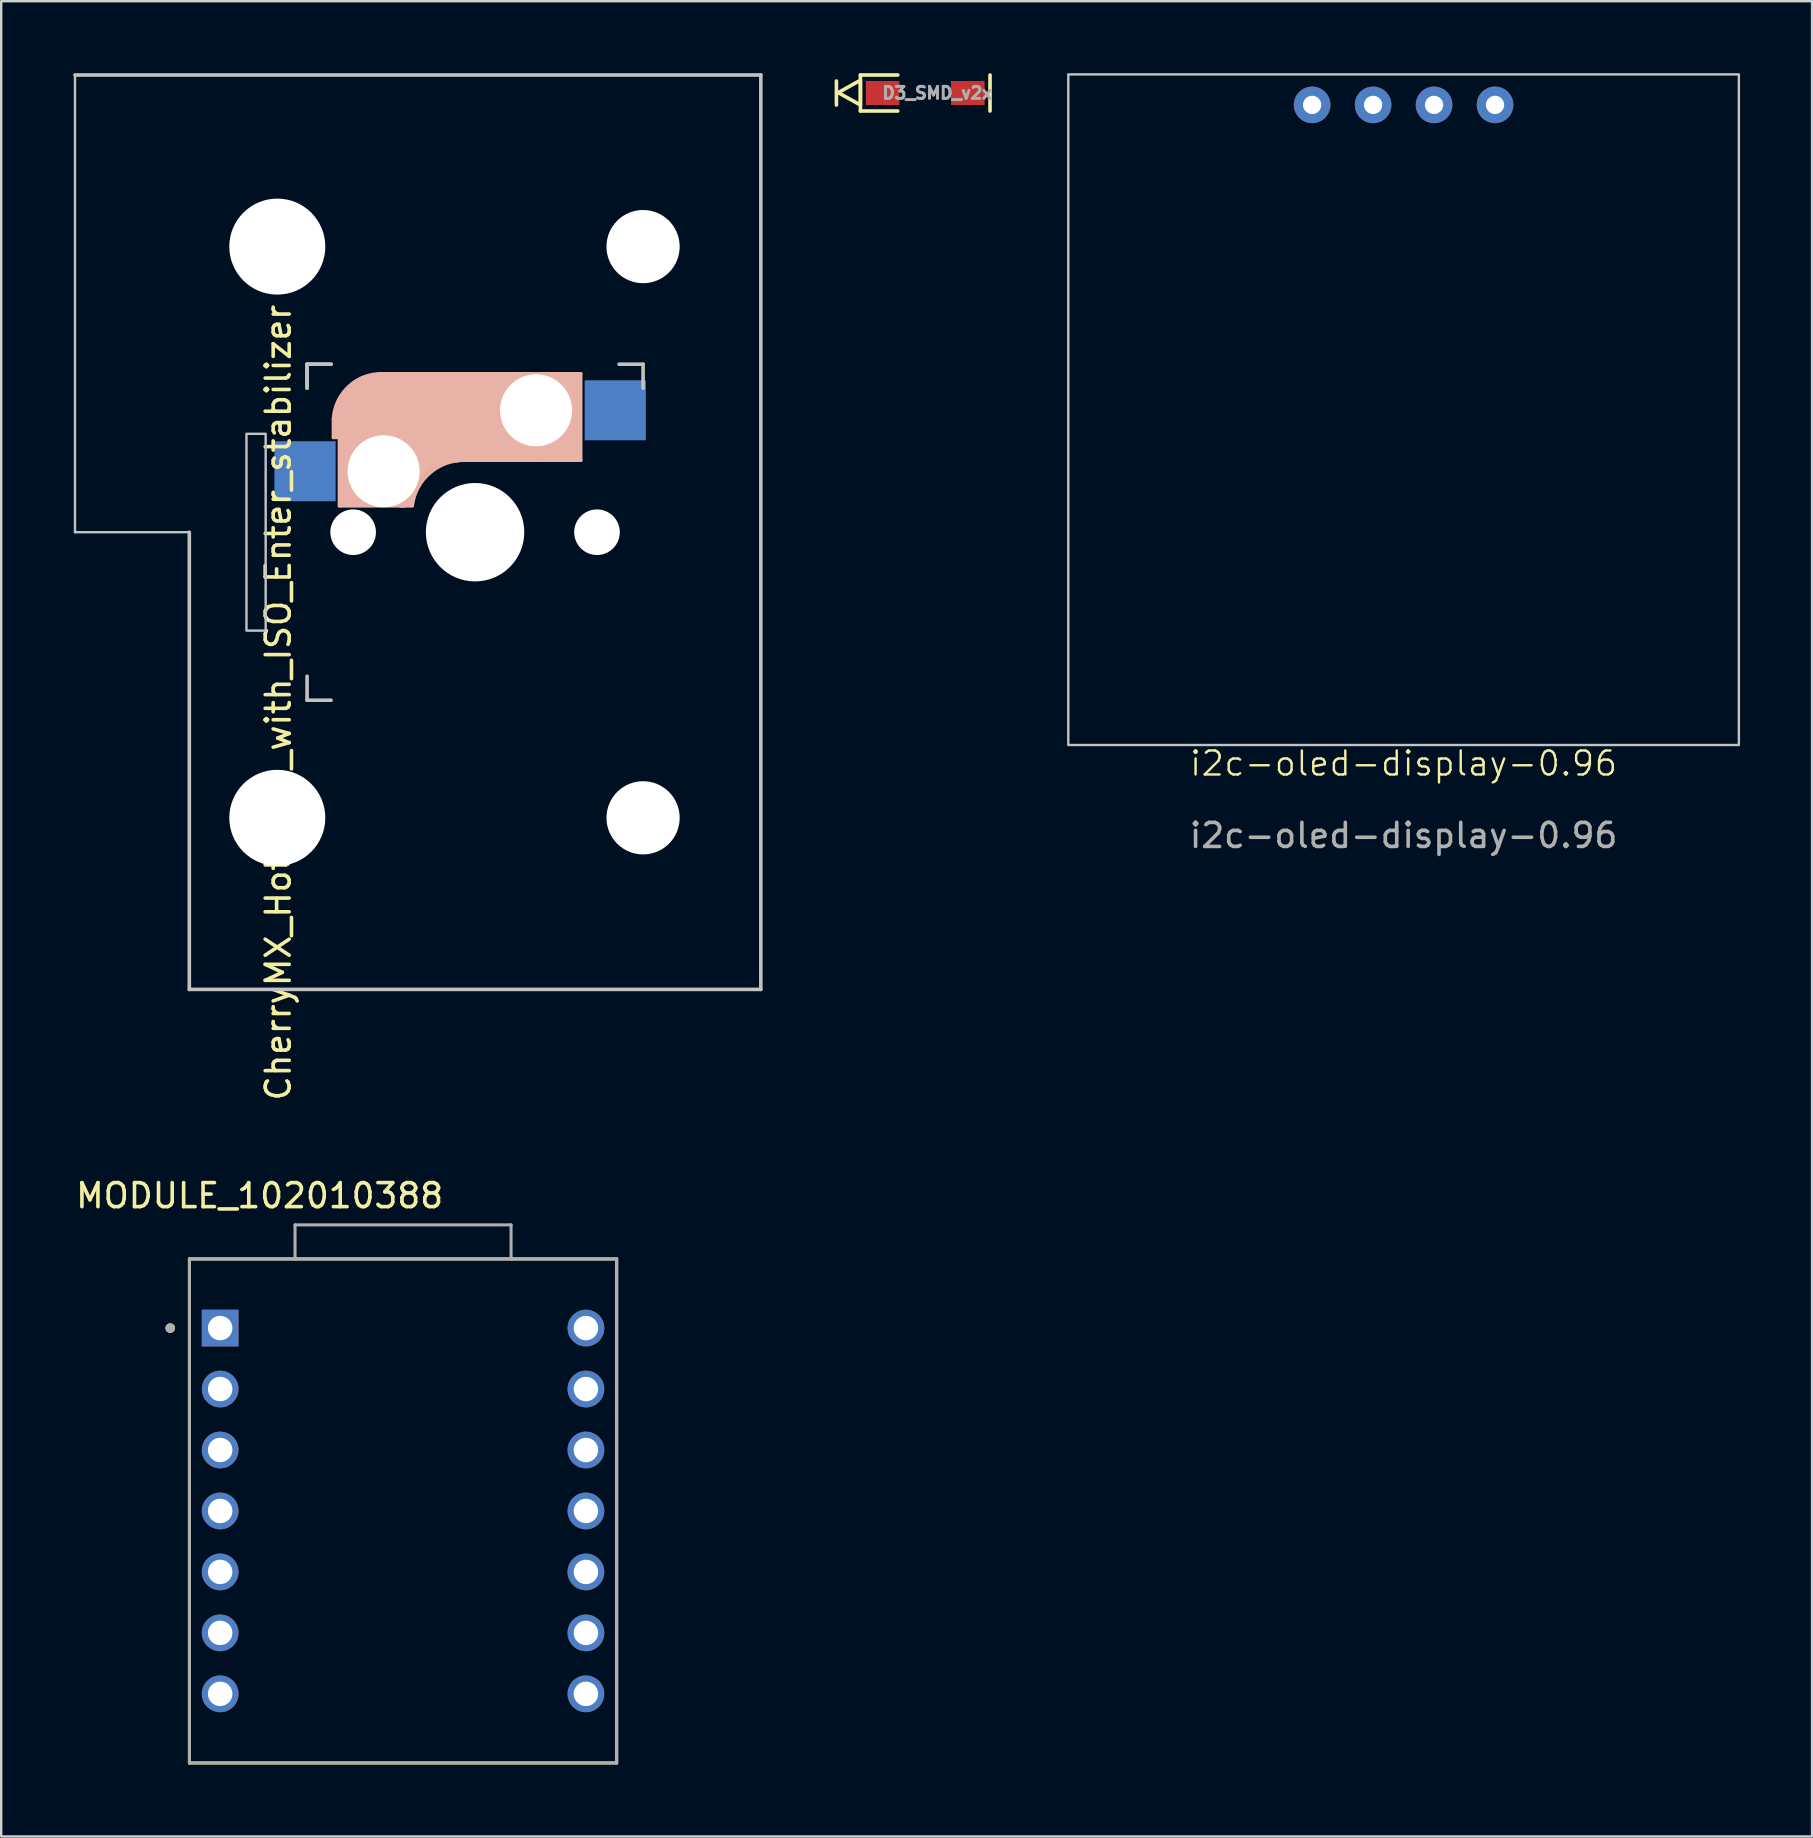
<source format=kicad_pcb>
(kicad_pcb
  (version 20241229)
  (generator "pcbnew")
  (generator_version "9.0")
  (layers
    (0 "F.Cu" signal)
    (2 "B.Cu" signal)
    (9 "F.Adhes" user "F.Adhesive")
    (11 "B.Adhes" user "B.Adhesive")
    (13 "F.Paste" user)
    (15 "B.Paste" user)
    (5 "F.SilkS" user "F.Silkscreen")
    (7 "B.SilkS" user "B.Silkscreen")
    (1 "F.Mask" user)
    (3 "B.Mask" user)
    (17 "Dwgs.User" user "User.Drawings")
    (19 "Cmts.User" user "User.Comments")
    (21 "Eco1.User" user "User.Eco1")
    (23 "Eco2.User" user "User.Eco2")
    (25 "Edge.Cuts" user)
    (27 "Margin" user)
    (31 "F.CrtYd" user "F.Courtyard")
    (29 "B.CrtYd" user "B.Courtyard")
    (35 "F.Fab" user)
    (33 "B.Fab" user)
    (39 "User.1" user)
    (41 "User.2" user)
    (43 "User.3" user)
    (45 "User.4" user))
  (footprint "i2c-oled-display-0.96"
    (layer "F.Cu")
    (at 55.431 29.26)
    (property "Reference" "i2c-oled-display-0.96" (at 0 -0.5 0) (unlocked yes) (layer "F.SilkS") (effects (font (size 1 1) (thickness 0.1))))
    (attr through_hole)
    (fp_rect (start -13.97 -29.21) (end 13.97 -1.27) (stroke (width 0.1) (type default)) (fill no) (layer "Dwgs.User"))
    (fp_text user "${REFERENCE}" (at 0 2.5 0) (unlocked yes) (layer "F.Fab") (effects (font (size 1 1) (thickness 0.15))))
    (pad "1" thru_hole circle (at -3.81 -27.94) (size 1.524 1.524) (drill 0.762) (layers "*.Cu" "*.Mask"))
    (pad "2" thru_hole circle (at -1.27 -27.94) (size 1.524 1.524) (drill 0.762) (layers "*.Cu" "*.Mask"))
    (pad "3" thru_hole circle (at 1.27 -27.94) (size 1.524 1.524) (drill 0.762) (layers "*.Cu" "*.Mask"))
    (pad "4" thru_hole circle (at 3.81 -27.94) (size 1.524 1.524) (drill 0.762) (layers "*.Cu" "*.Mask")))
  (footprint "CherryMX_Hotswap_with_ISO_Enter_stabilizer"
    (layer "F.Cu")
    (at 19.125 19.125)
    (property "Reference" "CherryMX_Hotswap_with_ISO_Enter_stabilizer" (at -10.581 7.1 270) (layer "F.SilkS") (effects (font (size 1 1) (thickness 0.15))))
    (attr through_hole)
    (fp_line (start -8.281 -4.7) (end -8.281 -3.95) (stroke (width 0.15) (type solid)) (layer "B.SilkS"))
    (fp_line (start -8.281 -3.95) (end -8.081 -3.95) (stroke (width 0.15) (type solid)) (layer "B.SilkS"))
    (fp_line (start -8.181 -4.05) (end -8.181 -4.7) (stroke (width 0.3) (type solid)) (layer "B.SilkS"))
    (fp_line (start -8.031 -5.55) (end -8.031 -1.1) (stroke (width 0.15) (type solid)) (layer "B.SilkS"))
    (fp_line (start -8.031 -1.1) (end -5.001 -1.1) (stroke (width 0.15) (type solid)) (layer "B.SilkS"))
    (fp_line (start -7.831 -1.3) (end -5.381 -1.3) (stroke (width 0.5) (type solid)) (layer "B.SilkS"))
    (fp_line (start -7.681 -1.6) (end -7.681 -3.4) (stroke (width 0.8) (type solid)) (layer "B.SilkS"))
    (fp_line (start -6.551 -5.1) (end -6.551 -2.86) (stroke (width 3) (type solid)) (layer "B.SilkS"))
    (fp_line (start -2.781 -3) (end 2.019 -3) (stroke (width 0.15) (type solid)) (layer "B.SilkS"))
    (fp_line (start 0.219 -4.8) (end -6.481 -4.8) (stroke (width 3.5) (type solid)) (layer "B.SilkS"))
    (fp_line (start 1.519 -6) (end 1.519 -3.5) (stroke (width 1) (type solid)) (layer "B.SilkS"))
    (fp_line (start 1.819 -3.25) (end 0.519 -3.3) (stroke (width 0.5) (type solid)) (layer "B.SilkS"))
    (fp_line (start 1.869 -6.4) (end 0.619 -6.4) (stroke (width 0.4) (type solid)) (layer "B.SilkS"))
    (fp_line (start 1.999 -4) (end 1.999 -6.25) (stroke (width 0.15) (type solid)) (layer "B.SilkS"))
    (fp_line (start 2.019 -6.6) (end -6.181 -6.6) (stroke (width 0.15) (type solid)) (layer "B.SilkS"))
    (fp_line (start 2.019 -3) (end 2.019 -6.6) (stroke (width 0.15) (type solid)) (layer "B.SilkS"))
    (fp_arc (start -8.28125 -4.699999) (mid -7.624754 -6.084924) (end -6.181251 -6.6) (stroke (width 0.15) (type solid)) (layer "B.SilkS"))
    (fp_arc (start -5.397568 -1.521471) (mid -4.649959 -2.886118) (end -3.18125 -3.4) (stroke (width 1) (type solid)) (layer "B.SilkS"))
    (fp_arc (start -4.997568 -1.121471) (mid -4.249959 -2.486118) (end -2.78125 -3) (stroke (width 0.15) (type solid)) (layer "B.SilkS"))
    (fp_line (start -19.05 -19.05) (end -19.05 0) (stroke (width 0.1) (type default)) (layer "Dwgs.User"))
    (fp_line (start -19.05 -19.05) (end 9.525 -19.05) (stroke (width 0.15) (type solid)) (layer "Dwgs.User"))
    (fp_line (start -19.05 0) (end -14.287 0) (stroke (width 0.1) (type default)) (layer "Dwgs.User"))
    (fp_line (start -14.287 19.05) (end -14.287 0) (stroke (width 0.15) (type solid)) (layer "Dwgs.User"))
    (fp_line (start -9.381 -7) (end -9.381 -6) (stroke (width 0.15) (type solid)) (layer "Dwgs.User"))
    (fp_line (start -9.381 -7) (end -8.381 -7) (stroke (width 0.15) (type solid)) (layer "Dwgs.User"))
    (fp_line (start -9.381 -6) (end -9.381 -7) (stroke (width 0.15) (type solid)) (layer "Dwgs.User"))
    (fp_line (start -9.381 6) (end -9.381 7) (stroke (width 0.15) (type solid)) (layer "Dwgs.User"))
    (fp_line (start -9.381 7) (end -8.381 7) (stroke (width 0.15) (type solid)) (layer "Dwgs.User"))
    (fp_line (start -8.381 -7) (end -9.381 -7) (stroke (width 0.15) (type solid)) (layer "Dwgs.User"))
    (fp_line (start 4.619 -7) (end 3.619 -7) (stroke (width 0.15) (type solid)) (layer "Dwgs.User"))
    (fp_line (start 4.619 -7) (end 4.619 -6) (stroke (width 0.15) (type solid)) (layer "Dwgs.User"))
    (fp_line (start 9.525 -19.05) (end 9.525 19.05) (stroke (width 0.15) (type solid)) (layer "Dwgs.User"))
    (fp_line (start 9.525 19.05) (end -14.287 19.05) (stroke (width 0.15) (type solid)) (layer "Dwgs.User"))
    (fp_rect (start -11.906 4.1) (end -11.106 -4.1) (stroke (width 0.1) (type default)) (fill no) (layer "Dwgs.User"))
    (pad "" np_thru_hole circle (at -10.621 -11.9 270) (size 4 4) (drill 4) (layers "*.Cu" "*.Mask"))
    (pad "" np_thru_hole circle (at -10.621 11.9 270) (size 4 4) (drill 4) (layers "*.Cu" "*.Mask"))
    (pad "" np_thru_hole circle (at -7.461 0) (size 1.9 1.9) (drill 1.9) (layers "*.Cu" "*.Mask"))
    (pad "" np_thru_hole circle (at -6.191 -2.54) (size 3 3) (drill 3) (layers "*.Cu" "*.Mask"))
    (pad "" np_thru_hole circle (at -2.381 0 90) (size 4.1 4.1) (drill 4.1) (layers "*.Cu" "*.Mask"))
    (pad "" np_thru_hole circle (at 0.159 -5.08) (size 3 3) (drill 3) (layers "*.Cu" "*.Mask"))
    (pad "" np_thru_hole circle (at 2.699 0) (size 1.9 1.9) (drill 1.9) (layers "*.Cu" "*.Mask"))
    (pad "" np_thru_hole circle (at 4.619 -11.9 270) (size 3.05 3.05) (drill 3.05) (layers "*.Cu" "*.Mask"))
    (pad "" np_thru_hole circle (at 4.619 11.9 270) (size 3.05 3.05) (drill 3.05) (layers "*.Cu" "*.Mask"))
    (pad "1" smd rect (at -9.466 -2.54 180) (size 2.55 2.5) (layers "B.Cu" "B.Mask" "B.Paste"))
    (pad "2" smd rect (at 3.461 -5.08 180) (size 2.55 2.5) (layers "B.Cu" "B.Mask" "B.Paste")))
  (footprint "MODULE_102010388"
    (layer "F.Cu")
    (at 13.743 59.905)
    (property "Reference" "MODULE_102010388" (at -5.975 -13.135 0) (layer "F.SilkS") (effects (font (size 1 1) (thickness 0.15))))
    (attr through_hole)
    (fp_line (start -8.9 -10.5) (end -8.9 10.5) (stroke (width 0.127) (type solid)) (layer "F.SilkS"))
    (fp_line (start -8.9 10.5) (end 8.9 10.5) (stroke (width 0.127) (type solid)) (layer "F.SilkS"))
    (fp_line (start 8.9 -10.5) (end -8.9 -10.5) (stroke (width 0.127) (type solid)) (layer "F.SilkS"))
    (fp_line (start 8.9 10.5) (end 8.9 -10.5) (stroke (width 0.127) (type solid)) (layer "F.SilkS"))
    (fp_circle (center -9.7 -7.62) (end -9.6 -7.62) (stroke (width 0.2) (type solid)) (fill no) (layer "F.SilkS"))
    (fp_line (start -8.9 -10.5) (end -8.9 10.5) (stroke (width 0.127) (type solid)) (layer "F.Fab"))
    (fp_line (start -8.9 10.5) (end 8.9 10.5) (stroke (width 0.127) (type solid)) (layer "F.Fab"))
    (fp_line (start -4.5 -11.92) (end 4.5 -11.92) (stroke (width 0.127) (type solid)) (layer "F.Fab"))
    (fp_line (start -4.5 -10.5) (end -8.9 -10.5) (stroke (width 0.127) (type solid)) (layer "F.Fab"))
    (fp_line (start -4.5 -10.5) (end -4.5 -11.92) (stroke (width 0.127) (type solid)) (layer "F.Fab"))
    (fp_line (start 4.5 -11.92) (end 4.5 -10.5) (stroke (width 0.127) (type solid)) (layer "F.Fab"))
    (fp_line (start 4.5 -10.5) (end -4.5 -10.5) (stroke (width 0.127) (type solid)) (layer "F.Fab"))
    (fp_line (start 8.9 -10.5) (end 4.5 -10.5) (stroke (width 0.127) (type solid)) (layer "F.Fab"))
    (fp_line (start 8.9 -10.5) (end 8.9 10.5) (stroke (width 0.127) (type solid)) (layer "F.Fab"))
    (fp_circle (center -9.7 -7.62) (end -9.6 -7.62) (stroke (width 0.2) (type solid)) (fill no) (layer "F.Fab"))
    (pad "1" thru_hole rect (at -7.62 -7.62) (size 1.53 1.53) (drill 1.02) (layers "*.Cu" "*.Mask"))
    (pad "2" thru_hole circle (at -7.62 -5.08) (size 1.53 1.53) (drill 1.02) (layers "*.Cu" "*.Mask"))
    (pad "3" thru_hole circle (at -7.62 -2.54) (size 1.53 1.53) (drill 1.02) (layers "*.Cu" "*.Mask"))
    (pad "4" thru_hole circle (at -7.62 0) (size 1.53 1.53) (drill 1.02) (layers "*.Cu" "*.Mask"))
    (pad "5" thru_hole circle (at -7.62 2.54) (size 1.53 1.53) (drill 1.02) (layers "*.Cu" "*.Mask"))
    (pad "6" thru_hole circle (at -7.62 5.08) (size 1.53 1.53) (drill 1.02) (layers "*.Cu" "*.Mask"))
    (pad "7" thru_hole circle (at -7.62 7.62) (size 1.53 1.53) (drill 1.02) (layers "*.Cu" "*.Mask"))
    (pad "8" thru_hole circle (at 7.62 7.62) (size 1.53 1.53) (drill 1.02) (layers "*.Cu" "*.Mask"))
    (pad "9" thru_hole circle (at 7.62 5.08) (size 1.53 1.53) (drill 1.02) (layers "*.Cu" "*.Mask"))
    (pad "10" thru_hole circle (at 7.62 2.54) (size 1.53 1.53) (drill 1.02) (layers "*.Cu" "*.Mask"))
    (pad "11" thru_hole circle (at 7.62 0) (size 1.53 1.53) (drill 1.02) (layers "*.Cu" "*.Mask"))
    (pad "12" thru_hole circle (at 7.62 -2.54) (size 1.53 1.53) (drill 1.02) (layers "*.Cu" "*.Mask"))
    (pad "13" thru_hole circle (at 7.62 -5.08) (size 1.53 1.53) (drill 1.02) (layers "*.Cu" "*.Mask"))
    (pad "14" thru_hole circle (at 7.62 -7.62) (size 1.53 1.53) (drill 1.02) (layers "*.Cu" "*.Mask")))
  (footprint "D3_SMD_v2x"
    (layer "F.Cu")
    (at 35.5 0.825)
    (property "Reference" "D3_SMD_v2x" (at 0.5 0 0) (layer "F.Fab") (effects (font (size 0.5 0.5) (thickness 0.125))))
    (attr through_hole)
    (fp_line (start -3.7 -0.5) (end -3.7 0.5) (stroke (width 0.15) (type solid)) (layer "F.SilkS"))
    (fp_line (start -3.65 -0.004) (end -2.75 -0.504) (stroke (width 0.15) (type solid)) (layer "F.SilkS"))
    (fp_line (start -2.7 -0.75) (end -2.7 0.75) (stroke (width 0.15) (type solid)) (layer "F.SilkS"))
    (fp_line (start -2.7 -0.5) (end -2.7 0.5) (stroke (width 0.15) (type solid)) (layer "F.SilkS"))
    (fp_line (start -2.7 0.5) (end -3.6 0) (stroke (width 0.15) (type solid)) (layer "F.SilkS"))
    (fp_line (start -2.7 0.75) (end -1.143 0.75) (stroke (width 0.15) (type solid)) (layer "F.SilkS"))
    (fp_line (start -1.143 -0.75) (end -2.7 -0.75) (stroke (width 0.15) (type solid)) (layer "F.SilkS"))
    (fp_line (start 2.7 -0.75) (end 2.7 0.75) (stroke (width 0.15) (type solid)) (layer "F.SilkS"))
    (pad "1" smd rect (at -1.775 0) (size 1.4 1) (layers "F.Cu" "F.Mask" "F.Paste"))
    (pad "2" smd rect (at 1.775 0) (size 1.4 1) (layers "F.Cu" "F.Mask" "F.Paste")))
  (gr_rect
    (start -3 -3)
    (end 72.451 73.468)
    (stroke (width 0.1) (type default))
    (fill no)
    (layer "Edge.Cuts")))
</source>
